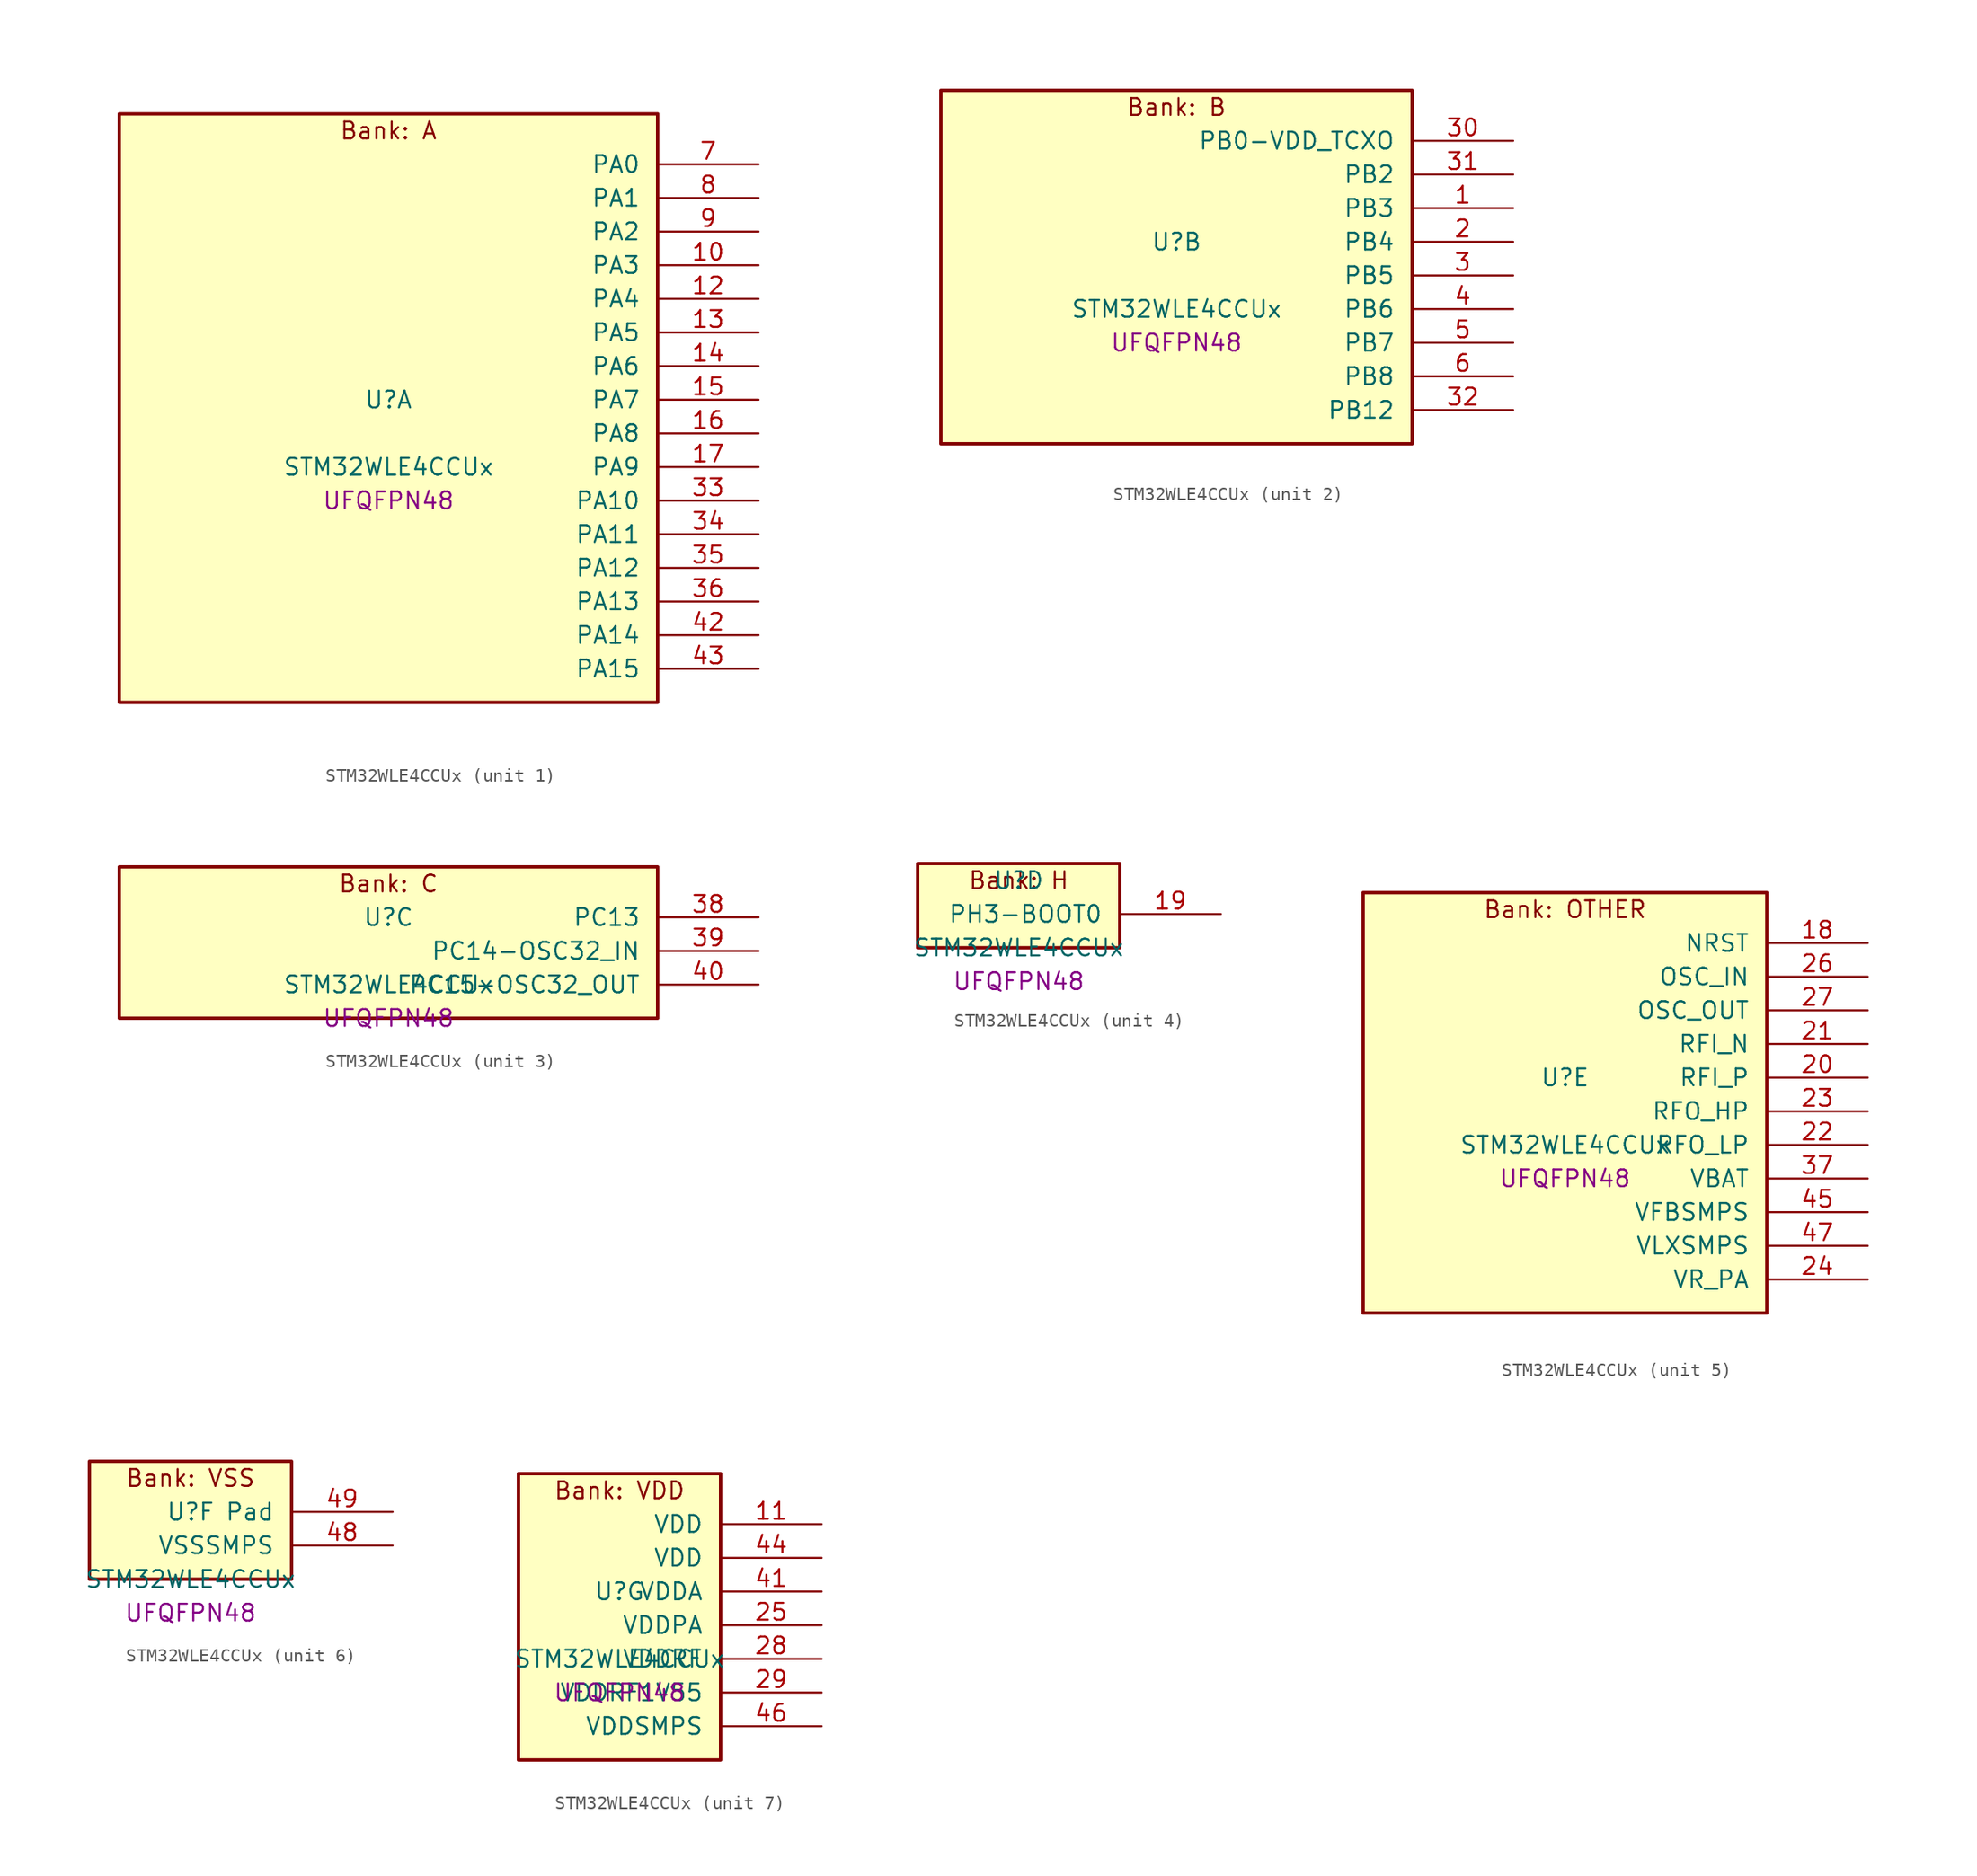
<source format=kicad_sym>
(kicad_symbol_lib
  (version 20241209)
  (generator "stm32_pkl_generator")
  (generator_version "1.0")
  (symbol "STM32WLE4CCUx"
    (pin_names
      (offset 1.27))
    (property "Reference" "U"
      (at 0 2.54 0))
    (property "Value" "STM32WLE4CCUx"
      (at 0 -2.54 0))
    (property "Footprint" "UFQFPN48"
      (at 0 -5.08 0))
    (symbol "STM32WLE4CCUx_1_1"
      (rectangle (start -20.32 24.13) (end 20.32 -20.32) (stroke (width 0.254) (type solid)) (fill (type background)))
      (text "Bank: A" (at 0 22.86 0))
      (pin bidirectional line (at 27.94 20.32 180) (length 7.62) (name "PA0") (number "7") (alternate "PA0/COMP1_OUT" bidirectional line) (alternate "PA0/DEBUG_PWR-REGLP1S" bidirectional line) (alternate "PA0/I2C3_SMBA" bidirectional line) (alternate "PA0/I2S_CKIN" bidirectional line) (alternate "PA0/PWR_WKUP1" bidirectional line) (alternate "PA0/RTC_TAMP_IN2" bidirectional line) (alternate "PA0/TIM2_CH1" bidirectional line) (alternate "PA0/TIM2_ETR" bidirectional line) (alternate "PA0/USART2_CTS" bidirectional line) (alternate "PA0/USART2_NSS" bidirectional line))
      (pin bidirectional line (at 27.94 17.78 180) (length 7.62) (name "PA1") (number "8") (alternate "PA1/DEBUG_PWR-REGLP2S" bidirectional line) (alternate "PA1/I2C1_SMBA" bidirectional line) (alternate "PA1/LPTIM3_OUT" bidirectional line) (alternate "PA1/LPUART1_RTS" bidirectional line) (alternate "PA1/SPI1_SCK" bidirectional line) (alternate "PA1/TIM2_CH2" bidirectional line) (alternate "PA1/USART2_DE" bidirectional line) (alternate "PA1/USART2_RTS" bidirectional line))
      (pin bidirectional line (at 27.94 15.24 180) (length 7.62) (name "PA2") (number "9") (alternate "PA2/COMP2_OUT" bidirectional line) (alternate "PA2/DEBUG_PWR-LDORDY" bidirectional line) (alternate "PA2/LPUART1_TX" bidirectional line) (alternate "PA2/RCC_LSCO" bidirectional line) (alternate "PA2/TIM2_CH3" bidirectional line) (alternate "PA2/USART2_TX" bidirectional line))
      (pin bidirectional line (at 27.94 12.7 180) (length 7.62) (name "PA3") (number "10") (alternate "PA3/I2S2_MCK" bidirectional line) (alternate "PA3/LPUART1_RX" bidirectional line) (alternate "PA3/TIM2_CH4" bidirectional line) (alternate "PA3/USART2_RX" bidirectional line))
      (pin bidirectional line (at 27.94 10.16 180) (length 7.62) (name "PA4") (number "12") (alternate "PA4/DEBUG_SUBGHZSPI-NSSOUT" bidirectional line) (alternate "PA4/LPTIM1_OUT" bidirectional line) (alternate "PA4/LPTIM2_OUT" bidirectional line) (alternate "PA4/RTC_OUT2" bidirectional line) (alternate "PA4/SPI1_NSS" bidirectional line) (alternate "PA4/USART2_CK" bidirectional line))
      (pin bidirectional line (at 27.94 7.62 180) (length 7.62) (name "PA5") (number "13") (alternate "PA5/DEBUG_SUBGHZSPI-SCKOUT" bidirectional line) (alternate "PA5/LPTIM2_ETR" bidirectional line) (alternate "PA5/SPI1_SCK" bidirectional line) (alternate "PA5/SPI2_MISO" bidirectional line) (alternate "PA5/TIM2_CH1" bidirectional line) (alternate "PA5/TIM2_ETR" bidirectional line))
      (pin bidirectional line (at 27.94 5.08 180) (length 7.62) (name "PA6") (number "14") (alternate "PA6/DEBUG_SUBGHZSPI-MISOOUT" bidirectional line) (alternate "PA6/I2C2_SMBA" bidirectional line) (alternate "PA6/LPUART1_CTS" bidirectional line) (alternate "PA6/SPI1_MISO" bidirectional line) (alternate "PA6/TIM16_CH1" bidirectional line) (alternate "PA6/TIM1_BKIN" bidirectional line))
      (pin bidirectional line (at 27.94 2.54 180) (length 7.62) (name "PA7") (number "15") (alternate "PA7/COMP2_OUT" bidirectional line) (alternate "PA7/DEBUG_SUBGHZSPI-MOSIOUT" bidirectional line) (alternate "PA7/I2C3_SCL" bidirectional line) (alternate "PA7/SPI1_MOSI" bidirectional line) (alternate "PA7/TIM17_CH1" bidirectional line) (alternate "PA7/TIM1_CH1N" bidirectional line))
      (pin bidirectional line (at 27.94 0 180) (length 7.62) (name "PA8") (number "16") (alternate "PA8/I2S2_CK" bidirectional line) (alternate "PA8/LPTIM2_OUT" bidirectional line) (alternate "PA8/RCC_MCO" bidirectional line) (alternate "PA8/SPI2_SCK" bidirectional line) (alternate "PA8/TIM1_CH1" bidirectional line) (alternate "PA8/USART1_CK" bidirectional line))
      (pin bidirectional line (at 27.94 -2.54 180) (length 7.62) (name "PA9") (number "17") (alternate "PA9/DAC_EXTI9" bidirectional line) (alternate "PA9/I2C1_SCL" bidirectional line) (alternate "PA9/I2S2_CK" bidirectional line) (alternate "PA9/I2S2_WS" bidirectional line) (alternate "PA9/SPI2_NSS" bidirectional line) (alternate "PA9/SPI2_SCK" bidirectional line) (alternate "PA9/TIM1_CH2" bidirectional line) (alternate "PA9/USART1_TX" bidirectional line))
      (pin bidirectional line (at 27.94 -5.08 180) (length 7.62) (name "PA10") (number "33") (alternate "PA10/ADC_IN6" bidirectional line) (alternate "PA10/COMP1_INM" bidirectional line) (alternate "PA10/COMP2_INM" bidirectional line) (alternate "PA10/DAC_OUT1" bidirectional line) (alternate "PA10/DEBUG_RF-HSE32RDY" bidirectional line) (alternate "PA10/I2C1_SDA" bidirectional line) (alternate "PA10/I2S2_SD" bidirectional line) (alternate "PA10/RTC_REFIN" bidirectional line) (alternate "PA10/SPI2_MOSI" bidirectional line) (alternate "PA10/TIM17_BKIN" bidirectional line) (alternate "PA10/TIM1_CH3" bidirectional line) (alternate "PA10/USART1_RX" bidirectional line))
      (pin bidirectional line (at 27.94 -7.62 180) (length 7.62) (name "PA11") (number "34") (alternate "PA11/ADC_EXTI11" bidirectional line) (alternate "PA11/ADC_IN7" bidirectional line) (alternate "PA11/COMP1_INM" bidirectional line) (alternate "PA11/COMP2_INM" bidirectional line) (alternate "PA11/DEBUG_RF-NRESET" bidirectional line) (alternate "PA11/I2C2_SDA" bidirectional line) (alternate "PA11/LPTIM3_ETR" bidirectional line) (alternate "PA11/SPI1_MISO" bidirectional line) (alternate "PA11/TIM1_BKIN2" bidirectional line) (alternate "PA11/TIM1_CH4" bidirectional line) (alternate "PA11/USART1_CTS" bidirectional line) (alternate "PA11/USART1_NSS" bidirectional line))
      (pin bidirectional line (at 27.94 -10.16 180) (length 7.62) (name "PA12") (number "35") (alternate "PA12/ADC_IN8" bidirectional line) (alternate "PA12/DEBUG_RF-BUSY" bidirectional line) (alternate "PA12/I2C2_SCL" bidirectional line) (alternate "PA12/LPTIM3_IN1" bidirectional line) (alternate "PA12/SPI1_MOSI" bidirectional line) (alternate "PA12/TIM1_ETR" bidirectional line) (alternate "PA12/USART1_DE" bidirectional line) (alternate "PA12/USART1_RTS" bidirectional line))
      (pin bidirectional line (at 27.94 -12.7 180) (length 7.62) (name "PA13") (number "36") (alternate "PA13/ADC_IN9" bidirectional line) (alternate "PA13/DEBUG_JTMS-SWDIO" bidirectional line) (alternate "PA13/I2C2_SMBA" bidirectional line) (alternate "PA13/IR_OUT" bidirectional line))
      (pin bidirectional line (at 27.94 -15.24 180) (length 7.62) (name "PA14") (number "42") (alternate "PA14/ADC_IN10" bidirectional line) (alternate "PA14/DEBUG_JTCK-SWCLK" bidirectional line) (alternate "PA14/I2C1_SMBA" bidirectional line) (alternate "PA14/LPTIM1_OUT" bidirectional line))
      (pin bidirectional line (at 27.94 -17.78 180) (length 7.62) (name "PA15") (number "43") (alternate "PA15/ADC_IN11" bidirectional line) (alternate "PA15/COMP1_INM" bidirectional line) (alternate "PA15/COMP2_INP" bidirectional line) (alternate "PA15/DEBUG_JTDI" bidirectional line) (alternate "PA15/I2C2_SDA" bidirectional line) (alternate "PA15/SPI1_NSS" bidirectional line) (alternate "PA15/TIM2_CH1" bidirectional line) (alternate "PA15/TIM2_ETR" bidirectional line)))
    (symbol "STM32WLE4CCUx_2_1"
      (rectangle (start -17.78 13.97) (end 17.78 -12.7) (stroke (width 0.254) (type solid)) (fill (type background)))
      (text "Bank: B" (at 0 12.7 0))
      (pin bidirectional line (at 25.4 10.16 180) (length 7.62) (name "PB0-VDD_TCXO") (number "30") (alternate "PB0-VDD_TCXO/COMP1_OUT" bidirectional line) (alternate "PB0-VDD_TCXO/VDDTCXO" bidirectional line))
      (pin bidirectional line (at 25.4 7.62 180) (length 7.62) (name "PB2") (number "31") (alternate "PB2/ADC_IN4" bidirectional line) (alternate "PB2/COMP1_INP" bidirectional line) (alternate "PB2/COMP2_INM" bidirectional line) (alternate "PB2/DEBUG_RF-SMPSRDY" bidirectional line) (alternate "PB2/I2C3_SMBA" bidirectional line) (alternate "PB2/LPTIM1_OUT" bidirectional line) (alternate "PB2/SPI1_NSS" bidirectional line))
      (pin bidirectional line (at 25.4 5.08 180) (length 7.62) (name "PB3") (number "1") (alternate "PB3/ADC_IN2" bidirectional line) (alternate "PB3/COMP1_INM" bidirectional line) (alternate "PB3/COMP2_INM" bidirectional line) (alternate "PB3/DEBUG_JTDO-SWO" bidirectional line) (alternate "PB3/DEBUG_RF-DTB1" bidirectional line) (alternate "PB3/PWR_WKUP3" bidirectional line) (alternate "PB3/RTC_TAMP_IN3" bidirectional line) (alternate "PB3/SPI1_SCK" bidirectional line) (alternate "PB3/TIM2_CH2" bidirectional line) (alternate "PB3/USART1_DE" bidirectional line) (alternate "PB3/USART1_RTS" bidirectional line))
      (pin bidirectional line (at 25.4 2.54 180) (length 7.62) (name "PB4") (number "2") (alternate "PB4/ADC_IN3" bidirectional line) (alternate "PB4/COMP1_INP" bidirectional line) (alternate "PB4/COMP2_INP" bidirectional line) (alternate "PB4/DEBUG_JTRST" bidirectional line) (alternate "PB4/DEBUG_RF-LDORDY" bidirectional line) (alternate "PB4/I2C3_SDA" bidirectional line) (alternate "PB4/SPI1_MISO" bidirectional line) (alternate "PB4/TIM17_BKIN" bidirectional line) (alternate "PB4/USART1_CTS" bidirectional line) (alternate "PB4/USART1_NSS" bidirectional line))
      (pin bidirectional line (at 25.4 0 180) (length 7.62) (name "PB5") (number "3") (alternate "PB5/COMP2_OUT" bidirectional line) (alternate "PB5/I2C1_SMBA" bidirectional line) (alternate "PB5/LPTIM1_IN1" bidirectional line) (alternate "PB5/SPI1_MOSI" bidirectional line) (alternate "PB5/TIM16_BKIN" bidirectional line) (alternate "PB5/USART1_CK" bidirectional line))
      (pin bidirectional line (at 25.4 -2.54 180) (length 7.62) (name "PB6") (number "4") (alternate "PB6/I2C1_SCL" bidirectional line) (alternate "PB6/LPTIM1_ETR" bidirectional line) (alternate "PB6/TIM16_CH1N" bidirectional line) (alternate "PB6/USART1_TX" bidirectional line))
      (pin bidirectional line (at 25.4 -5.08 180) (length 7.62) (name "PB7") (number "5") (alternate "PB7/I2C1_SDA" bidirectional line) (alternate "PB7/LPTIM1_IN2" bidirectional line) (alternate "PB7/PWR_PVD_IN" bidirectional line) (alternate "PB7/TIM17_CH1N" bidirectional line) (alternate "PB7/TIM1_BKIN" bidirectional line) (alternate "PB7/USART1_RX" bidirectional line))
      (pin bidirectional line (at 25.4 -7.62 180) (length 7.62) (name "PB8") (number "6") (alternate "PB8/I2C1_SCL" bidirectional line) (alternate "PB8/TIM16_CH1" bidirectional line) (alternate "PB8/TIM1_CH2N" bidirectional line))
      (pin bidirectional line (at 25.4 -10.16 180) (length 7.62) (name "PB12") (number "32") (alternate "PB12/I2C3_SMBA" bidirectional line) (alternate "PB12/I2S2_WS" bidirectional line) (alternate "PB12/LPUART1_RTS" bidirectional line) (alternate "PB12/SPI2_NSS" bidirectional line) (alternate "PB12/TIM1_BKIN" bidirectional line)))
    (symbol "STM32WLE4CCUx_3_1"
      (rectangle (start -20.32 6.35) (end 20.32 -5.08) (stroke (width 0.254) (type solid)) (fill (type background)))
      (text "Bank: C" (at 0 5.08 0))
      (pin bidirectional line (at 27.94 2.54 180) (length 7.62) (name "PC13") (number "38") (alternate "PC13/PWR_WKUP2" bidirectional line) (alternate "PC13/RTC_OUT1" bidirectional line) (alternate "PC13/RTC_TAMP_IN1" bidirectional line) (alternate "PC13/RTC_TS" bidirectional line))
      (pin bidirectional line (at 27.94 0 180) (length 7.62) (name "PC14-OSC32_IN") (number "39") (alternate "PC14-OSC32_IN/RCC_OSC32_IN" bidirectional line))
      (pin bidirectional line (at 27.94 -2.54 180) (length 7.62) (name "PC15-OSC32_OUT") (number "40") (alternate "PC15-OSC32_OUT/RCC_OSC32_OUT" bidirectional line)))
    (symbol "STM32WLE4CCUx_4_1"
      (rectangle (start -7.62 3.81) (end 7.62 -2.54) (stroke (width 0.254) (type solid)) (fill (type background)))
      (text "Bank: H" (at 0 2.54 0))
      (pin bidirectional line (at 15.24 0 180) (length 7.62) (name "PH3-BOOT0") (number "19")))
    (symbol "STM32WLE4CCUx_5_1"
      (rectangle (start -15.24 16.51) (end 15.24 -15.24) (stroke (width 0.254) (type solid)) (fill (type background)))
      (text "Bank: OTHER" (at 0 15.24 0))
      (pin input line (at 22.86 12.7 180) (length 7.62) (name "NRST") (number "18"))
      (pin bidirectional line (at 22.86 10.16 180) (length 7.62) (name "OSC_IN") (number "26") (alternate "OSC_IN/RCC_OSC_IN" bidirectional line))
      (pin bidirectional line (at 22.86 7.62 180) (length 7.62) (name "OSC_OUT") (number "27") (alternate "OSC_OUT/RCC_OSC_OUT" bidirectional line))
      (pin bidirectional line (at 22.86 5.08 180) (length 7.62) (name "RFI_N") (number "21"))
      (pin bidirectional line (at 22.86 2.54 180) (length 7.62) (name "RFI_P") (number "20"))
      (pin bidirectional line (at 22.86 0 180) (length 7.62) (name "RFO_HP") (number "23"))
      (pin bidirectional line (at 22.86 -2.54 180) (length 7.62) (name "RFO_LP") (number "22"))
      (pin power_in line (at 22.86 -5.08 180) (length 7.62) (name "VBAT") (number "37"))
      (pin power_in line (at 22.86 -7.62 180) (length 7.62) (name "VFBSMPS") (number "45"))
      (pin power_in line (at 22.86 -10.16 180) (length 7.62) (name "VLXSMPS") (number "47"))
      (pin power_in line (at 22.86 -12.7 180) (length 7.62) (name "VR_PA") (number "24")))
    (symbol "STM32WLE4CCUx_6_1"
      (rectangle (start -7.62 6.35) (end 7.62 -2.54) (stroke (width 0.254) (type solid)) (fill (type background)))
      (text "Bank: VSS" (at 0 5.08 0))
      (pin passive line (at 15.24 2.54 180) (length 7.62) (name "Pad") (number "49"))
      (pin power_in line (at 15.24 0 180) (length 7.62) (name "VSSSMPS") (number "48")))
    (symbol "STM32WLE4CCUx_7_1"
      (rectangle (start -7.62 11.43) (end 7.62 -10.16) (stroke (width 0.254) (type solid)) (fill (type background)))
      (text "Bank: VDD" (at 0 10.16 0))
      (pin power_in line (at 15.24 7.62 180) (length 7.62) (name "VDD") (number "11"))
      (pin power_in line (at 15.24 5.08 180) (length 7.62) (name "VDD") (number "44"))
      (pin power_in line (at 15.24 2.54 180) (length 7.62) (name "VDDA") (number "41"))
      (pin power_in line (at 15.24 0 180) (length 7.62) (name "VDDPA") (number "25"))
      (pin power_in line (at 15.24 -2.54 180) (length 7.62) (name "VDDRF") (number "28"))
      (pin power_in line (at 15.24 -5.08 180) (length 7.62) (name "VDDRF1V55") (number "29"))
      (pin power_in line (at 15.24 -7.62 180) (length 7.62) (name "VDDSMPS") (number "46")))))
</source>
